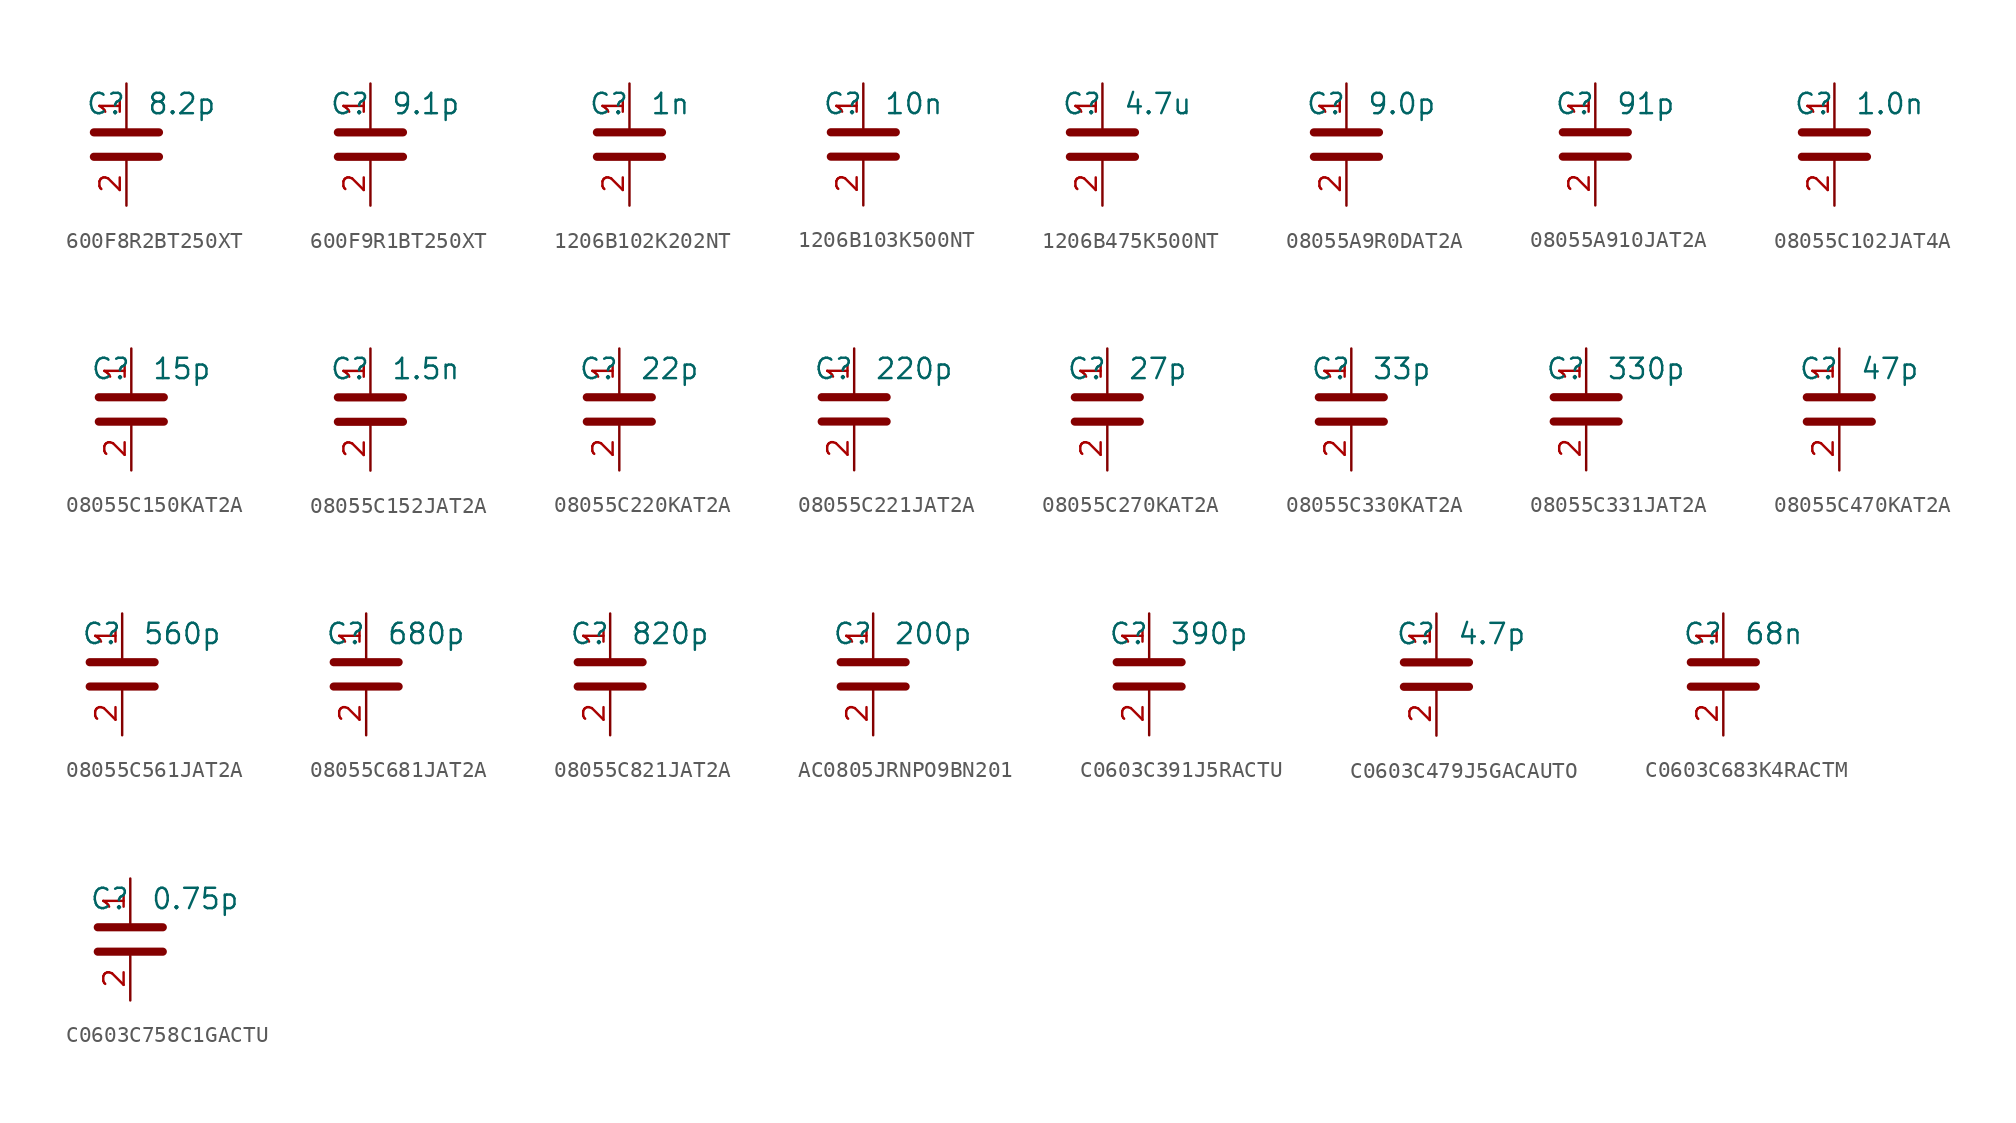
<source format=kicad_sym>
(kicad_symbol_lib
  (version 20241209)
  (generator "kicad_symbol_editor")
  (generator_version "9.0")
  (symbol "600F8R2BT250XT"
    (property "Reference" "C"
      (at 0 2.54 0)
      (effects (font (size 1.27 1.27)) (justify right)))
    (property "Value" "8.2p"
      (at 1.27 2.54 0)
      (effects (font (size 1.27 1.27)) (justify left)))
    (symbol "600F8R2BT250XT_0_1"
      (polyline (pts (xy -2.032 0.762) (xy 2.032 0.762)) (stroke (width 0.508) (type default)) (fill (type none)))
      (polyline (pts (xy -2.032 -0.762) (xy 2.032 -0.762)) (stroke (width 0.508) (type default)) (fill (type none))))
    (symbol "600F8R2BT250XT_1_1"
      (pin passive line (at 0 3.81 270) (length 2.794) (name "~" (effects (font (size 1.27 1.27)))) (number "1" (effects (font (size 1.27 1.27)))))
      (pin passive line (at 0 -3.81 90) (length 2.794) (name "~" (effects (font (size 1.27 1.27)))) (number "2" (effects (font (size 1.27 1.27)))))))
  (symbol "600F9R1BT250XT"
    (property "Reference" "C"
      (at 0 2.54 0)
      (effects (font (size 1.27 1.27)) (justify right)))
    (property "Value" "9.1p"
      (at 1.27 2.54 0)
      (effects (font (size 1.27 1.27)) (justify left)))
    (symbol "600F9R1BT250XT_0_1"
      (polyline (pts (xy -2.032 0.762) (xy 2.032 0.762)) (stroke (width 0.508) (type default)) (fill (type none)))
      (polyline (pts (xy -2.032 -0.762) (xy 2.032 -0.762)) (stroke (width 0.508) (type default)) (fill (type none))))
    (symbol "600F9R1BT250XT_1_1"
      (pin passive line (at 0 3.81 270) (length 2.794) (name "~" (effects (font (size 1.27 1.27)))) (number "1" (effects (font (size 1.27 1.27)))))
      (pin passive line (at 0 -3.81 90) (length 2.794) (name "~" (effects (font (size 1.27 1.27)))) (number "2" (effects (font (size 1.27 1.27)))))))
  (symbol "1206B102K202NT"
    (property "Reference" "C"
      (at 0 2.54 0)
      (effects (font (size 1.27 1.27)) (justify right)))
    (property "Value" "1n"
      (at 1.27 2.54 0)
      (effects (font (size 1.27 1.27)) (justify left)))
    (symbol "1206B102K202NT_0_1"
      (polyline (pts (xy -2.032 0.762) (xy 2.032 0.762)) (stroke (width 0.508) (type default)) (fill (type none)))
      (polyline (pts (xy -2.032 -0.762) (xy 2.032 -0.762)) (stroke (width 0.508) (type default)) (fill (type none))))
    (symbol "1206B102K202NT_1_1"
      (pin passive line (at 0 3.81 270) (length 2.794) (name "~" (effects (font (size 1.27 1.27)))) (number "1" (effects (font (size 1.27 1.27)))))
      (pin passive line (at 0 -3.81 90) (length 2.794) (name "~" (effects (font (size 1.27 1.27)))) (number "2" (effects (font (size 1.27 1.27)))))))
  (symbol "1206B103K500NT"
    (property "Reference" "C"
      (at 0 2.54 0)
      (effects (font (size 1.27 1.27)) (justify right)))
    (property "Value" "10n"
      (at 1.27 2.54 0)
      (effects (font (size 1.27 1.27)) (justify left)))
    (symbol "1206B103K500NT_0_1"
      (polyline (pts (xy -2.032 0.762) (xy 2.032 0.762)) (stroke (width 0.508) (type default)) (fill (type none)))
      (polyline (pts (xy -2.032 -0.762) (xy 2.032 -0.762)) (stroke (width 0.508) (type default)) (fill (type none))))
    (symbol "1206B103K500NT_1_1"
      (pin passive line (at 0 3.81 270) (length 2.794) (name "~" (effects (font (size 1.27 1.27)))) (number "1" (effects (font (size 1.27 1.27)))))
      (pin passive line (at 0 -3.81 90) (length 2.794) (name "~" (effects (font (size 1.27 1.27)))) (number "2" (effects (font (size 1.27 1.27)))))))
  (symbol "1206B475K500NT"
    (property "Reference" "C"
      (at 0 2.54 0)
      (effects (font (size 1.27 1.27)) (justify right)))
    (property "Value" "4.7u"
      (at 1.27 2.54 0)
      (effects (font (size 1.27 1.27)) (justify left)))
    (symbol "1206B475K500NT_0_1"
      (polyline (pts (xy -2.032 0.762) (xy 2.032 0.762)) (stroke (width 0.508) (type default)) (fill (type none)))
      (polyline (pts (xy -2.032 -0.762) (xy 2.032 -0.762)) (stroke (width 0.508) (type default)) (fill (type none))))
    (symbol "1206B475K500NT_1_1"
      (pin passive line (at 0 3.81 270) (length 2.794) (name "~" (effects (font (size 1.27 1.27)))) (number "1" (effects (font (size 1.27 1.27)))))
      (pin passive line (at 0 -3.81 90) (length 2.794) (name "~" (effects (font (size 1.27 1.27)))) (number "2" (effects (font (size 1.27 1.27)))))))
  (symbol "08055A9R0DAT2A"
    (property "Reference" "C"
      (at 0 2.54 0)
      (effects (font (size 1.27 1.27)) (justify right)))
    (property "Value" "9.0p"
      (at 1.27 2.54 0)
      (effects (font (size 1.27 1.27)) (justify left)))
    (symbol "08055A9R0DAT2A_0_1"
      (polyline (pts (xy -2.032 0.762) (xy 2.032 0.762)) (stroke (width 0.508) (type default)) (fill (type none)))
      (polyline (pts (xy -2.032 -0.762) (xy 2.032 -0.762)) (stroke (width 0.508) (type default)) (fill (type none))))
    (symbol "08055A9R0DAT2A_1_1"
      (pin passive line (at 0 3.81 270) (length 2.794) (name "~" (effects (font (size 1.27 1.27)))) (number "1" (effects (font (size 1.27 1.27)))))
      (pin passive line (at 0 -3.81 90) (length 2.794) (name "~" (effects (font (size 1.27 1.27)))) (number "2" (effects (font (size 1.27 1.27)))))))
  (symbol "08055A910JAT2A"
    (property "Reference" "C"
      (at 0 2.54 0)
      (effects (font (size 1.27 1.27)) (justify right)))
    (property "Value" "91p"
      (at 1.27 2.54 0)
      (effects (font (size 1.27 1.27)) (justify left)))
    (symbol "08055A910JAT2A_0_1"
      (polyline (pts (xy -2.032 0.762) (xy 2.032 0.762)) (stroke (width 0.508) (type default)) (fill (type none)))
      (polyline (pts (xy -2.032 -0.762) (xy 2.032 -0.762)) (stroke (width 0.508) (type default)) (fill (type none))))
    (symbol "08055A910JAT2A_1_1"
      (pin passive line (at 0 3.81 270) (length 2.794) (name "~" (effects (font (size 1.27 1.27)))) (number "1" (effects (font (size 1.27 1.27)))))
      (pin passive line (at 0 -3.81 90) (length 2.794) (name "~" (effects (font (size 1.27 1.27)))) (number "2" (effects (font (size 1.27 1.27)))))))
  (symbol "08055C102JAT4A"
    (property "Reference" "C"
      (at 0 2.54 0)
      (effects (font (size 1.27 1.27)) (justify right)))
    (property "Value" "1.0n"
      (at 1.27 2.54 0)
      (effects (font (size 1.27 1.27)) (justify left)))
    (symbol "08055C102JAT4A_0_1"
      (polyline (pts (xy -2.032 0.762) (xy 2.032 0.762)) (stroke (width 0.508) (type default)) (fill (type none)))
      (polyline (pts (xy -2.032 -0.762) (xy 2.032 -0.762)) (stroke (width 0.508) (type default)) (fill (type none))))
    (symbol "08055C102JAT4A_1_1"
      (pin passive line (at 0 3.81 270) (length 2.794) (name "~" (effects (font (size 1.27 1.27)))) (number "1" (effects (font (size 1.27 1.27)))))
      (pin passive line (at 0 -3.81 90) (length 2.794) (name "~" (effects (font (size 1.27 1.27)))) (number "2" (effects (font (size 1.27 1.27)))))))
  (symbol "08055C150KAT2A"
    (property "Reference" "C"
      (at 0 2.54 0)
      (effects (font (size 1.27 1.27)) (justify right)))
    (property "Value" "15p"
      (at 1.27 2.54 0)
      (effects (font (size 1.27 1.27)) (justify left)))
    (symbol "08055C150KAT2A_0_1"
      (polyline (pts (xy -2.032 0.762) (xy 2.032 0.762)) (stroke (width 0.508) (type default)) (fill (type none)))
      (polyline (pts (xy -2.032 -0.762) (xy 2.032 -0.762)) (stroke (width 0.508) (type default)) (fill (type none))))
    (symbol "08055C150KAT2A_1_1"
      (pin passive line (at 0 3.81 270) (length 2.794) (name "~" (effects (font (size 1.27 1.27)))) (number "1" (effects (font (size 1.27 1.27)))))
      (pin passive line (at 0 -3.81 90) (length 2.794) (name "~" (effects (font (size 1.27 1.27)))) (number "2" (effects (font (size 1.27 1.27)))))))
  (symbol "08055C152JAT2A"
    (property "Reference" "C"
      (at 0 2.54 0)
      (effects (font (size 1.27 1.27)) (justify right)))
    (property "Value" "1.5n"
      (at 1.27 2.54 0)
      (effects (font (size 1.27 1.27)) (justify left)))
    (symbol "08055C152JAT2A_0_1"
      (polyline (pts (xy -2.032 0.762) (xy 2.032 0.762)) (stroke (width 0.508) (type default)) (fill (type none)))
      (polyline (pts (xy -2.032 -0.762) (xy 2.032 -0.762)) (stroke (width 0.508) (type default)) (fill (type none))))
    (symbol "08055C152JAT2A_1_1"
      (pin passive line (at 0 3.81 270) (length 2.794) (name "~" (effects (font (size 1.27 1.27)))) (number "1" (effects (font (size 1.27 1.27)))))
      (pin passive line (at 0 -3.81 90) (length 2.794) (name "~" (effects (font (size 1.27 1.27)))) (number "2" (effects (font (size 1.27 1.27)))))))
  (symbol "08055C220KAT2A"
    (property "Reference" "C"
      (at 0 2.54 0)
      (effects (font (size 1.27 1.27)) (justify right)))
    (property "Value" "22p"
      (at 1.27 2.54 0)
      (effects (font (size 1.27 1.27)) (justify left)))
    (symbol "08055C220KAT2A_0_1"
      (polyline (pts (xy -2.032 0.762) (xy 2.032 0.762)) (stroke (width 0.508) (type default)) (fill (type none)))
      (polyline (pts (xy -2.032 -0.762) (xy 2.032 -0.762)) (stroke (width 0.508) (type default)) (fill (type none))))
    (symbol "08055C220KAT2A_1_1"
      (pin passive line (at 0 3.81 270) (length 2.794) (name "~" (effects (font (size 1.27 1.27)))) (number "1" (effects (font (size 1.27 1.27)))))
      (pin passive line (at 0 -3.81 90) (length 2.794) (name "~" (effects (font (size 1.27 1.27)))) (number "2" (effects (font (size 1.27 1.27)))))))
  (symbol "08055C221JAT2A"
    (property "Reference" "C"
      (at 0 2.54 0)
      (effects (font (size 1.27 1.27)) (justify right)))
    (property "Value" "220p"
      (at 1.27 2.54 0)
      (effects (font (size 1.27 1.27)) (justify left)))
    (symbol "08055C221JAT2A_0_1"
      (polyline (pts (xy -2.032 0.762) (xy 2.032 0.762)) (stroke (width 0.508) (type default)) (fill (type none)))
      (polyline (pts (xy -2.032 -0.762) (xy 2.032 -0.762)) (stroke (width 0.508) (type default)) (fill (type none))))
    (symbol "08055C221JAT2A_1_1"
      (pin passive line (at 0 3.81 270) (length 2.794) (name "~" (effects (font (size 1.27 1.27)))) (number "1" (effects (font (size 1.27 1.27)))))
      (pin passive line (at 0 -3.81 90) (length 2.794) (name "~" (effects (font (size 1.27 1.27)))) (number "2" (effects (font (size 1.27 1.27)))))))
  (symbol "08055C270KAT2A"
    (property "Reference" "C"
      (at 0 2.54 0)
      (effects (font (size 1.27 1.27)) (justify right)))
    (property "Value" "27p"
      (at 1.27 2.54 0)
      (effects (font (size 1.27 1.27)) (justify left)))
    (symbol "08055C270KAT2A_0_1"
      (polyline (pts (xy -2.032 0.762) (xy 2.032 0.762)) (stroke (width 0.508) (type default)) (fill (type none)))
      (polyline (pts (xy -2.032 -0.762) (xy 2.032 -0.762)) (stroke (width 0.508) (type default)) (fill (type none))))
    (symbol "08055C270KAT2A_1_1"
      (pin passive line (at 0 3.81 270) (length 2.794) (name "~" (effects (font (size 1.27 1.27)))) (number "1" (effects (font (size 1.27 1.27)))))
      (pin passive line (at 0 -3.81 90) (length 2.794) (name "~" (effects (font (size 1.27 1.27)))) (number "2" (effects (font (size 1.27 1.27)))))))
  (symbol "08055C330KAT2A"
    (property "Reference" "C"
      (at 0 2.54 0)
      (effects (font (size 1.27 1.27)) (justify right)))
    (property "Value" "33p"
      (at 1.27 2.54 0)
      (effects (font (size 1.27 1.27)) (justify left)))
    (symbol "08055C330KAT2A_0_1"
      (polyline (pts (xy -2.032 0.762) (xy 2.032 0.762)) (stroke (width 0.508) (type default)) (fill (type none)))
      (polyline (pts (xy -2.032 -0.762) (xy 2.032 -0.762)) (stroke (width 0.508) (type default)) (fill (type none))))
    (symbol "08055C330KAT2A_1_1"
      (pin passive line (at 0 3.81 270) (length 2.794) (name "~" (effects (font (size 1.27 1.27)))) (number "1" (effects (font (size 1.27 1.27)))))
      (pin passive line (at 0 -3.81 90) (length 2.794) (name "~" (effects (font (size 1.27 1.27)))) (number "2" (effects (font (size 1.27 1.27)))))))
  (symbol "08055C331JAT2A"
    (property "Reference" "C"
      (at 0 2.54 0)
      (effects (font (size 1.27 1.27)) (justify right)))
    (property "Value" "330p"
      (at 1.27 2.54 0)
      (effects (font (size 1.27 1.27)) (justify left)))
    (symbol "08055C331JAT2A_0_1"
      (polyline (pts (xy -2.032 0.762) (xy 2.032 0.762)) (stroke (width 0.508) (type default)) (fill (type none)))
      (polyline (pts (xy -2.032 -0.762) (xy 2.032 -0.762)) (stroke (width 0.508) (type default)) (fill (type none))))
    (symbol "08055C331JAT2A_1_1"
      (pin passive line (at 0 3.81 270) (length 2.794) (name "~" (effects (font (size 1.27 1.27)))) (number "1" (effects (font (size 1.27 1.27)))))
      (pin passive line (at 0 -3.81 90) (length 2.794) (name "~" (effects (font (size 1.27 1.27)))) (number "2" (effects (font (size 1.27 1.27)))))))
  (symbol "08055C470KAT2A"
    (property "Reference" "C"
      (at 0 2.54 0)
      (effects (font (size 1.27 1.27)) (justify right)))
    (property "Value" "47p"
      (at 1.27 2.54 0)
      (effects (font (size 1.27 1.27)) (justify left)))
    (symbol "08055C470KAT2A_0_1"
      (polyline (pts (xy -2.032 0.762) (xy 2.032 0.762)) (stroke (width 0.508) (type default)) (fill (type none)))
      (polyline (pts (xy -2.032 -0.762) (xy 2.032 -0.762)) (stroke (width 0.508) (type default)) (fill (type none))))
    (symbol "08055C470KAT2A_1_1"
      (pin passive line (at 0 3.81 270) (length 2.794) (name "~" (effects (font (size 1.27 1.27)))) (number "1" (effects (font (size 1.27 1.27)))))
      (pin passive line (at 0 -3.81 90) (length 2.794) (name "~" (effects (font (size 1.27 1.27)))) (number "2" (effects (font (size 1.27 1.27)))))))
  (symbol "08055C561JAT2A"
    (property "Reference" "C"
      (at 0 2.54 0)
      (effects (font (size 1.27 1.27)) (justify right)))
    (property "Value" "560p"
      (at 1.27 2.54 0)
      (effects (font (size 1.27 1.27)) (justify left)))
    (symbol "08055C561JAT2A_0_1"
      (polyline (pts (xy -2.032 0.762) (xy 2.032 0.762)) (stroke (width 0.508) (type default)) (fill (type none)))
      (polyline (pts (xy -2.032 -0.762) (xy 2.032 -0.762)) (stroke (width 0.508) (type default)) (fill (type none))))
    (symbol "08055C561JAT2A_1_1"
      (pin passive line (at 0 3.81 270) (length 2.794) (name "~" (effects (font (size 1.27 1.27)))) (number "1" (effects (font (size 1.27 1.27)))))
      (pin passive line (at 0 -3.81 90) (length 2.794) (name "~" (effects (font (size 1.27 1.27)))) (number "2" (effects (font (size 1.27 1.27)))))))
  (symbol "08055C681JAT2A"
    (property "Reference" "C"
      (at 0 2.54 0)
      (effects (font (size 1.27 1.27)) (justify right)))
    (property "Value" "680p"
      (at 1.27 2.54 0)
      (effects (font (size 1.27 1.27)) (justify left)))
    (symbol "08055C681JAT2A_0_1"
      (polyline (pts (xy -2.032 0.762) (xy 2.032 0.762)) (stroke (width 0.508) (type default)) (fill (type none)))
      (polyline (pts (xy -2.032 -0.762) (xy 2.032 -0.762)) (stroke (width 0.508) (type default)) (fill (type none))))
    (symbol "08055C681JAT2A_1_1"
      (pin passive line (at 0 3.81 270) (length 2.794) (name "~" (effects (font (size 1.27 1.27)))) (number "1" (effects (font (size 1.27 1.27)))))
      (pin passive line (at 0 -3.81 90) (length 2.794) (name "~" (effects (font (size 1.27 1.27)))) (number "2" (effects (font (size 1.27 1.27)))))))
  (symbol "08055C821JAT2A"
    (property "Reference" "C"
      (at 0 2.54 0)
      (effects (font (size 1.27 1.27)) (justify right)))
    (property "Value" "820p"
      (at 1.27 2.54 0)
      (effects (font (size 1.27 1.27)) (justify left)))
    (symbol "08055C821JAT2A_0_1"
      (polyline (pts (xy -2.032 0.762) (xy 2.032 0.762)) (stroke (width 0.508) (type default)) (fill (type none)))
      (polyline (pts (xy -2.032 -0.762) (xy 2.032 -0.762)) (stroke (width 0.508) (type default)) (fill (type none))))
    (symbol "08055C821JAT2A_1_1"
      (pin passive line (at 0 3.81 270) (length 2.794) (name "~" (effects (font (size 1.27 1.27)))) (number "1" (effects (font (size 1.27 1.27)))))
      (pin passive line (at 0 -3.81 90) (length 2.794) (name "~" (effects (font (size 1.27 1.27)))) (number "2" (effects (font (size 1.27 1.27)))))))
  (symbol "AC0805JRNPO9BN201"
    (property "Reference" "C"
      (at 0 2.54 0)
      (effects (font (size 1.27 1.27)) (justify right)))
    (property "Value" "200p"
      (at 1.27 2.54 0)
      (effects (font (size 1.27 1.27)) (justify left)))
    (symbol "AC0805JRNPO9BN201_0_1"
      (polyline (pts (xy -2.032 0.762) (xy 2.032 0.762)) (stroke (width 0.508) (type default)) (fill (type none)))
      (polyline (pts (xy -2.032 -0.762) (xy 2.032 -0.762)) (stroke (width 0.508) (type default)) (fill (type none))))
    (symbol "AC0805JRNPO9BN201_1_1"
      (pin passive line (at 0 3.81 270) (length 2.794) (name "~" (effects (font (size 1.27 1.27)))) (number "1" (effects (font (size 1.27 1.27)))))
      (pin passive line (at 0 -3.81 90) (length 2.794) (name "~" (effects (font (size 1.27 1.27)))) (number "2" (effects (font (size 1.27 1.27)))))))
  (symbol "C0603C391J5RACTU"
    (property "Reference" "C"
      (at 0 2.54 0)
      (effects (font (size 1.27 1.27)) (justify right)))
    (property "Value" "390p"
      (at 1.27 2.54 0)
      (effects (font (size 1.27 1.27)) (justify left)))
    (symbol "C0603C391J5RACTU_0_1"
      (polyline (pts (xy -2.032 0.762) (xy 2.032 0.762)) (stroke (width 0.508) (type default)) (fill (type none)))
      (polyline (pts (xy -2.032 -0.762) (xy 2.032 -0.762)) (stroke (width 0.508) (type default)) (fill (type none))))
    (symbol "C0603C391J5RACTU_1_1"
      (pin passive line (at 0 3.81 270) (length 2.794) (name "~" (effects (font (size 1.27 1.27)))) (number "1" (effects (font (size 1.27 1.27)))))
      (pin passive line (at 0 -3.81 90) (length 2.794) (name "~" (effects (font (size 1.27 1.27)))) (number "2" (effects (font (size 1.27 1.27)))))))
  (symbol "C0603C479J5GACAUTO"
    (property "Reference" "C"
      (at 0 2.54 0)
      (effects (font (size 1.27 1.27)) (justify right)))
    (property "Value" "4.7p"
      (at 1.27 2.54 0)
      (effects (font (size 1.27 1.27)) (justify left)))
    (symbol "C0603C479J5GACAUTO_0_1"
      (polyline (pts (xy -2.032 0.762) (xy 2.032 0.762)) (stroke (width 0.508) (type default)) (fill (type none)))
      (polyline (pts (xy -2.032 -0.762) (xy 2.032 -0.762)) (stroke (width 0.508) (type default)) (fill (type none))))
    (symbol "C0603C479J5GACAUTO_1_1"
      (pin passive line (at 0 3.81 270) (length 2.794) (name "~" (effects (font (size 1.27 1.27)))) (number "1" (effects (font (size 1.27 1.27)))))
      (pin passive line (at 0 -3.81 90) (length 2.794) (name "~" (effects (font (size 1.27 1.27)))) (number "2" (effects (font (size 1.27 1.27)))))))
  (symbol "C0603C683K4RACTM"
    (property "Reference" "C"
      (at 0 2.54 0)
      (effects (font (size 1.27 1.27)) (justify right)))
    (property "Value" "68n"
      (at 1.27 2.54 0)
      (effects (font (size 1.27 1.27)) (justify left)))
    (symbol "C0603C683K4RACTM_0_1"
      (polyline (pts (xy -2.032 0.762) (xy 2.032 0.762)) (stroke (width 0.508) (type default)) (fill (type none)))
      (polyline (pts (xy -2.032 -0.762) (xy 2.032 -0.762)) (stroke (width 0.508) (type default)) (fill (type none))))
    (symbol "C0603C683K4RACTM_1_1"
      (pin passive line (at 0 3.81 270) (length 2.794) (name "~" (effects (font (size 1.27 1.27)))) (number "1" (effects (font (size 1.27 1.27)))))
      (pin passive line (at 0 -3.81 90) (length 2.794) (name "~" (effects (font (size 1.27 1.27)))) (number "2" (effects (font (size 1.27 1.27)))))))
  (symbol "C0603C758C1GACTU"
    (property "Reference" "C"
      (at 0 2.54 0)
      (effects (font (size 1.27 1.27)) (justify right)))
    (property "Value" "0.75p"
      (at 1.27 2.54 0)
      (effects (font (size 1.27 1.27)) (justify left)))
    (symbol "C0603C758C1GACTU_0_1"
      (polyline (pts (xy -2.032 0.762) (xy 2.032 0.762)) (stroke (width 0.508) (type default)) (fill (type none)))
      (polyline (pts (xy -2.032 -0.762) (xy 2.032 -0.762)) (stroke (width 0.508) (type default)) (fill (type none))))
    (symbol "C0603C758C1GACTU_1_1"
      (pin passive line (at 0 3.81 270) (length 2.794) (name "~" (effects (font (size 1.27 1.27)))) (number "1" (effects (font (size 1.27 1.27)))))
      (pin passive line (at 0 -3.81 90) (length 2.794) (name "~" (effects (font (size 1.27 1.27)))) (number "2" (effects (font (size 1.27 1.27))))))))
</source>
